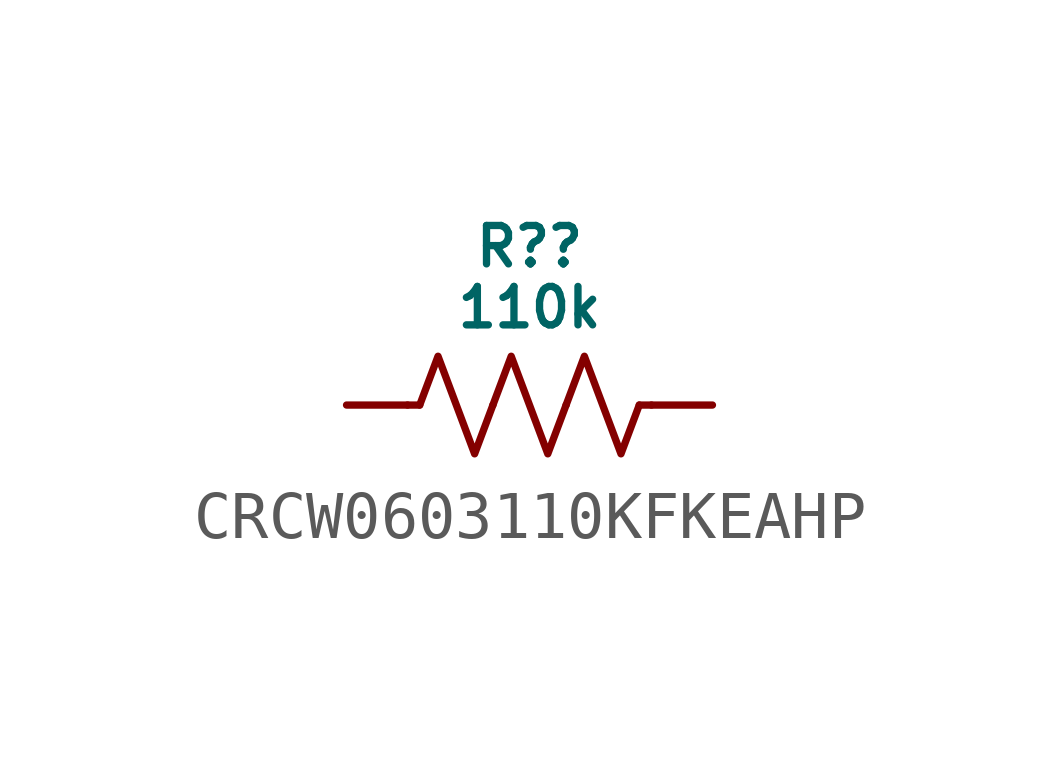
<source format=kicad_sym>
(kicad_symbol_lib
  (version 20231120)
  (generator "kicad_symbol_editor")
  (generator_version "8.0")
  (symbol "CRCW0603110KFKEAHP"
    (pin_numbers hide)
    (pin_names hide)
    (property "Reference" "R?"
      (at 0 3.302 0)
      (do_not_autoplace)
      (effects (font (size 0.8 0.8))))
    (property "Value" "110k"
      (at 0 2.032 0)
      (do_not_autoplace)
      (effects (font (size 0.8 0.8))))
    (symbol "CRCW0603110KFKEAHP_0_1"
      (polyline (pts (xy -2.286 0) (xy -2.54 0)) (stroke (width 0) (type default)) (fill (type none)))
      (polyline (pts (xy 2.286 0) (xy 2.54 0)) (stroke (width 0) (type default)) (fill (type none)))
      (polyline (pts (xy -2.286 0) (xy -1.905 1.016) (xy -1.524 0) (xy -1.143 -1.016) (xy -0.762 0)) (stroke (width 0) (type default)) (fill (type none)))
      (polyline (pts (xy -0.762 0) (xy -0.381 1.016) (xy 0 0) (xy 0.381 -1.016) (xy 0.762 0)) (stroke (width 0) (type default)) (fill (type none)))
      (polyline (pts (xy 0.762 0) (xy 1.143 1.016) (xy 1.524 0) (xy 1.905 -1.016) (xy 2.286 0)) (stroke (width 0) (type default)) (fill (type none))))
    (symbol "CRCW0603110KFKEAHP_1_0"
      (pin passive line (at -3.81 0 0) (length 1.27) (name "" (effects (font (size 0.8 0.8)))) (number "1" (effects (font (size 0.8 0.8)))))
      (pin passive line (at 3.81 0 180) (length 1.27) (name "" (effects (font (size 0.8 0.8)))) (number "2" (effects (font (size 0.8 0.8))))))))
</source>
